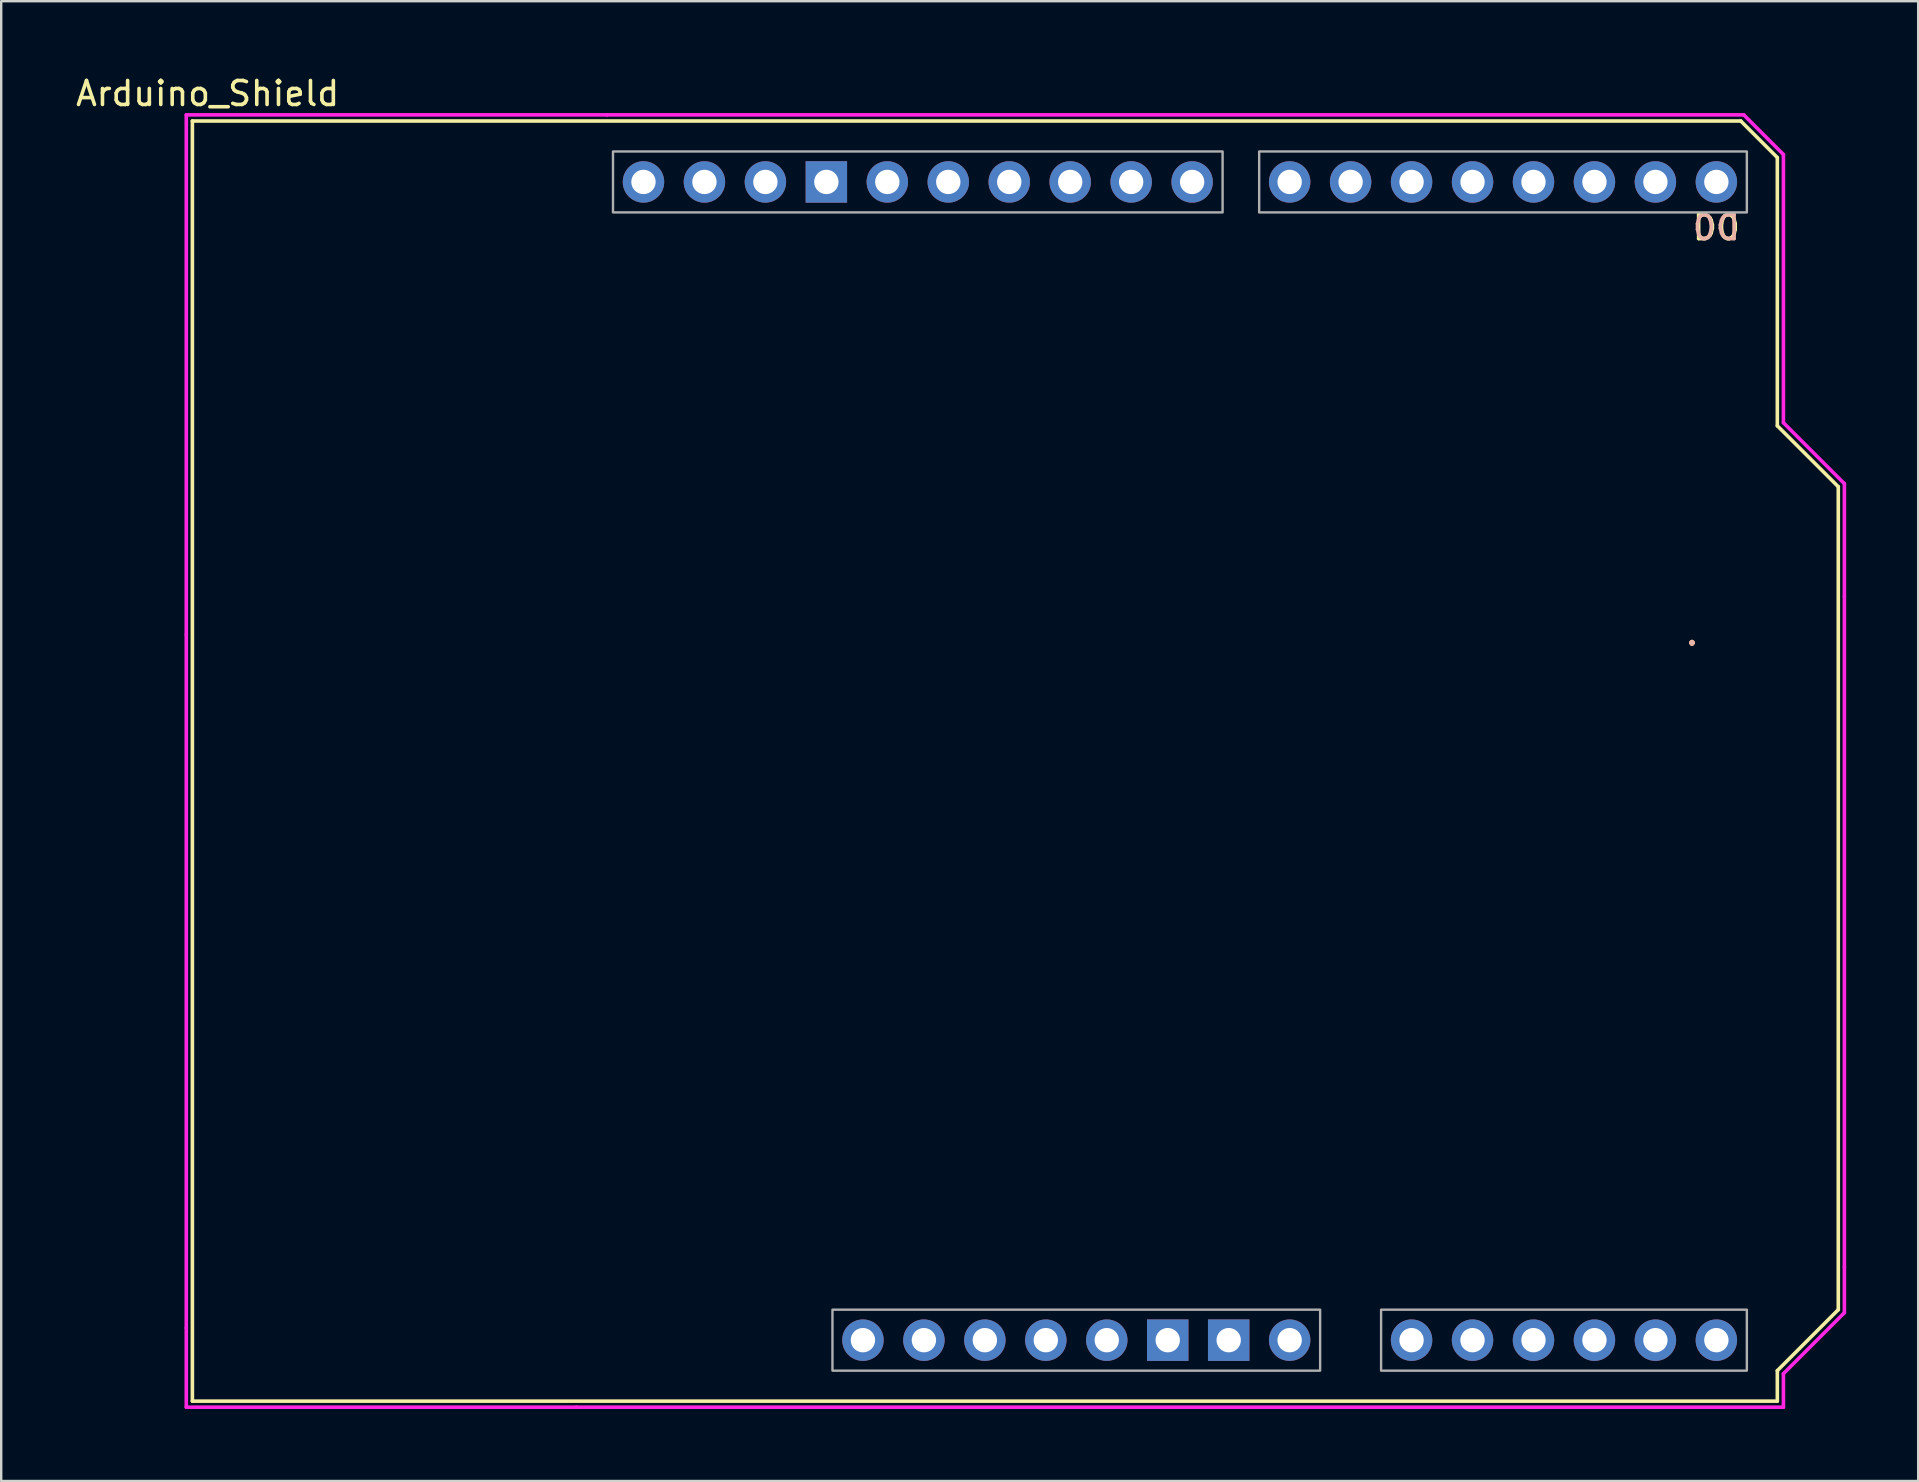
<source format=kicad_pcb>
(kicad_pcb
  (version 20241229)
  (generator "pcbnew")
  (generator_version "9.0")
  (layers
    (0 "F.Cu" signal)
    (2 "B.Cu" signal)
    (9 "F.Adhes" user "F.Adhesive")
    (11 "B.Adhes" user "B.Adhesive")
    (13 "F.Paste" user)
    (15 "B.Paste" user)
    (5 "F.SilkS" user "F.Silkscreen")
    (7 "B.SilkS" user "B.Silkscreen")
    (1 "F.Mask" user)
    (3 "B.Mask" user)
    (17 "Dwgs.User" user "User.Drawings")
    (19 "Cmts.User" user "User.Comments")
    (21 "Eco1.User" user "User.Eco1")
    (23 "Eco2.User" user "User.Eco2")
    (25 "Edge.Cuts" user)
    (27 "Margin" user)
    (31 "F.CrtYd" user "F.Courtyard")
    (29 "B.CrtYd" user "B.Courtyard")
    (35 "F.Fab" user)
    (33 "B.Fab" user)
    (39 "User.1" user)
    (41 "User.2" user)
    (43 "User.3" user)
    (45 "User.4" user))
  (footprint "Arduino_Shield"
    (layer "F.Cu")
    (at 4.966 55.331)
    (property "Reference" "Arduino_Shield" (at 0.635 -54.483 0) (layer "F.SilkS") (effects (font (size 1 1) (thickness 0.15))))
    (attr through_hole)
    (fp_line (start 0 -53.34) (end 0 0) (stroke (width 0.15) (type solid)) (layer "F.SilkS"))
    (fp_line (start 0 -53.34) (end 64.516 -53.34) (stroke (width 0.15) (type solid)) (layer "F.SilkS"))
    (fp_line (start 0 0) (end 66.04 0) (stroke (width 0.15) (type solid)) (layer "F.SilkS"))
    (fp_line (start 64.516 -53.34) (end 66.04 -51.816) (stroke (width 0.15) (type solid)) (layer "F.SilkS"))
    (fp_line (start 66.04 -40.64) (end 66.04 -51.816) (stroke (width 0.15) (type solid)) (layer "F.SilkS"))
    (fp_line (start 66.04 -1.27) (end 68.58 -3.81) (stroke (width 0.15) (type solid)) (layer "F.SilkS"))
    (fp_line (start 66.04 0) (end 66.04 -1.27) (stroke (width 0.15) (type solid)) (layer "F.SilkS"))
    (fp_line (start 68.58 -38.1) (end 66.04 -40.64) (stroke (width 0.15) (type solid)) (layer "F.SilkS"))
    (fp_line (start 68.58 -3.81) (end 68.58 -38.1) (stroke (width 0.15) (type solid)) (layer "F.SilkS"))
    (fp_line (start -0.254 -53.594) (end -0.254 -31.94) (stroke (width 0.15) (type solid)) (layer "F.CrtYd"))
    (fp_line (start -0.254 -31.94) (end -0.254 -3.049) (stroke (width 0.15) (type solid)) (layer "F.CrtYd"))
    (fp_line (start -0.254 -3.049) (end -0.254 0.254) (stroke (width 0.15) (type solid)) (layer "F.CrtYd"))
    (fp_line (start 16.002 0.254) (end -0.254 0.254) (stroke (width 0.15) (type solid)) (layer "F.CrtYd"))
    (fp_line (start 16.002 0.254) (end 66.294 0.254) (stroke (width 0.15) (type solid)) (layer "F.CrtYd"))
    (fp_line (start 17.272 -53.594) (end -0.254 -53.594) (stroke (width 0.15) (type solid)) (layer "F.CrtYd"))
    (fp_line (start 17.272 -53.594) (end 64.643 -53.594) (stroke (width 0.15) (type solid)) (layer "F.CrtYd"))
    (fp_line (start 64.643 -53.594) (end 66.294 -51.943) (stroke (width 0.15) (type solid)) (layer "F.CrtYd"))
    (fp_line (start 66.294 -40.767) (end 66.294 -51.943) (stroke (width 0.15) (type solid)) (layer "F.CrtYd"))
    (fp_line (start 66.294 -1.143) (end 68.834 -3.683) (stroke (width 0.15) (type solid)) (layer "F.CrtYd"))
    (fp_line (start 66.294 0.254) (end 66.294 -1.143) (stroke (width 0.15) (type solid)) (layer "F.CrtYd"))
    (fp_line (start 68.834 -38.227) (end 66.294 -40.767) (stroke (width 0.15) (type solid)) (layer "F.CrtYd"))
    (fp_line (start 68.834 -38.227) (end 68.834 -33.528) (stroke (width 0.15) (type solid)) (layer "F.CrtYd"))
    (fp_line (start 68.834 -5.588) (end 68.834 -33.528) (stroke (width 0.15) (type solid)) (layer "F.CrtYd"))
    (fp_line (start 68.834 -5.588) (end 68.834 -3.683) (stroke (width 0.15) (type solid)) (layer "F.CrtYd"))
    (fp_rect (start 17.526 -52.07) (end 42.926 -49.53) (stroke (width 0.1) (type solid)) (fill no) (layer "F.Fab"))
    (fp_rect (start 26.67 -3.81) (end 46.99 -1.27) (stroke (width 0.1) (type solid)) (fill no) (layer "F.Fab"))
    (fp_rect (start 44.45 -52.07) (end 64.77 -49.53) (stroke (width 0.1) (type solid)) (fill no) (layer "F.Fab"))
    (fp_rect (start 49.53 -3.81) (end 64.77 -1.27) (stroke (width 0.1) (type solid)) (fill no) (layer "F.Fab"))
    (fp_text user "D0" (at 63.5 -48.895 0) (unlocked yes) (layer "F.SilkS") (effects (font (size 1 1) (thickness 0.15))))
    (fp_text user "." (at 62.484 -32.004 0) (layer "F.SilkS") (effects (font (size 1 1) (thickness 0.15))))
    (fp_text user "." (at 62.484 -32.004 0) (layer "B.SilkS") (effects (font (size 1 1) (thickness 0.15))))
    (fp_text user "D0" (at 63.5 -48.895 0) (unlocked yes) (layer "B.SilkS") (effects (font (size 1 1) (thickness 0.15)) (justify mirror)))
    (pad "J1-1" thru_hole oval (at 18.796 -50.8) (size 1.727 1.727) (drill 1.016) (layers "*.Cu" "*.Mask"))
    (pad "J1-2" thru_hole oval (at 21.336 -50.8) (size 1.727 1.727) (drill 1.016) (layers "*.Cu" "*.Mask"))
    (pad "J1-3" thru_hole oval (at 23.876 -50.8) (size 1.727 1.727) (drill 1.016) (layers "*.Cu" "*.Mask"))
    (pad "J1-4" thru_hole rect (at 26.416 -50.8) (size 1.727 1.727) (drill 1.016) (layers "*.Cu" "*.Mask"))
    (pad "J1-5" thru_hole oval (at 28.956 -50.8) (size 1.727 1.727) (drill 1.016) (layers "*.Cu" "*.Mask"))
    (pad "J1-6" thru_hole oval (at 31.496 -50.8) (size 1.727 1.727) (drill 1.016) (layers "*.Cu" "*.Mask"))
    (pad "J1-7" thru_hole oval (at 34.036 -50.8) (size 1.727 1.727) (drill 1.016) (layers "*.Cu" "*.Mask"))
    (pad "J1-8" thru_hole oval (at 36.576 -50.8) (size 1.727 1.727) (drill 1.016) (layers "*.Cu" "*.Mask"))
    (pad "J1-9" thru_hole oval (at 39.116 -50.8) (size 1.727 1.727) (drill 1.016) (layers "*.Cu" "*.Mask"))
    (pad "J1-10" thru_hole oval (at 41.656 -50.8) (size 1.727 1.727) (drill 1.016) (layers "*.Cu" "*.Mask"))
    (pad "J2-1" thru_hole oval (at 45.72 -50.8) (size 1.727 1.727) (drill 1.016) (layers "*.Cu" "*.Mask"))
    (pad "J2-2" thru_hole oval (at 48.26 -50.8) (size 1.727 1.727) (drill 1.016) (layers "*.Cu" "*.Mask"))
    (pad "J2-3" thru_hole oval (at 50.8 -50.8) (size 1.727 1.727) (drill 1.016) (layers "*.Cu" "*.Mask"))
    (pad "J2-4" thru_hole oval (at 53.34 -50.8) (size 1.727 1.727) (drill 1.016) (layers "*.Cu" "*.Mask"))
    (pad "J2-5" thru_hole oval (at 55.88 -50.8) (size 1.727 1.727) (drill 1.016) (layers "*.Cu" "*.Mask"))
    (pad "J2-6" thru_hole oval (at 58.42 -50.8) (size 1.727 1.727) (drill 1.016) (layers "*.Cu" "*.Mask"))
    (pad "J2-7" thru_hole oval (at 60.96 -50.8) (size 1.727 1.727) (drill 1.016) (layers "*.Cu" "*.Mask"))
    (pad "J2-8" thru_hole oval (at 63.5 -50.8) (size 1.727 1.727) (drill 1.016) (layers "*.Cu" "*.Mask"))
    (pad "J3-1" thru_hole oval (at 27.94 -2.54) (size 1.727 1.727) (drill 1.016) (layers "*.Cu" "*.Mask"))
    (pad "J3-2" thru_hole oval (at 30.48 -2.54) (size 1.727 1.727) (drill 1.016) (layers "*.Cu" "*.Mask"))
    (pad "J3-3" thru_hole oval (at 33.02 -2.54) (size 1.727 1.727) (drill 1.016) (layers "*.Cu" "*.Mask"))
    (pad "J3-4" thru_hole oval (at 35.56 -2.54) (size 1.727 1.727) (drill 1.016) (layers "*.Cu" "*.Mask"))
    (pad "J3-5" thru_hole oval (at 38.1 -2.54) (size 1.727 1.727) (drill 1.016) (layers "*.Cu" "*.Mask"))
    (pad "J3-6" thru_hole rect (at 40.64 -2.54) (size 1.727 1.727) (drill 1.016) (layers "*.Cu" "*.Mask"))
    (pad "J3-7" thru_hole rect (at 43.18 -2.54) (size 1.727 1.727) (drill 1.016) (layers "*.Cu" "*.Mask"))
    (pad "J3-8" thru_hole oval (at 45.72 -2.54) (size 1.727 1.727) (drill 1.016) (layers "*.Cu" "*.Mask"))
    (pad "J4-1" thru_hole oval (at 50.8 -2.54) (size 1.727 1.727) (drill 1.016) (layers "*.Cu" "*.Mask"))
    (pad "J4-2" thru_hole oval (at 53.34 -2.54) (size 1.727 1.727) (drill 1.016) (layers "*.Cu" "*.Mask"))
    (pad "J4-3" thru_hole oval (at 55.88 -2.54) (size 1.727 1.727) (drill 1.016) (layers "*.Cu" "*.Mask"))
    (pad "J4-4" thru_hole oval (at 58.42 -2.54) (size 1.727 1.727) (drill 1.016) (layers "*.Cu" "*.Mask"))
    (pad "J4-5" thru_hole oval (at 60.96 -2.54) (size 1.727 1.727) (drill 1.016) (layers "*.Cu" "*.Mask"))
    (pad "J4-6" thru_hole oval (at 63.5 -2.54) (size 1.727 1.727) (drill 1.016) (layers "*.Cu" "*.Mask")))
  (gr_rect
    (start -3 -3)
    (end 76.875 58.66)
    (stroke (width 0.1) (type default))
    (fill no)
    (layer "Edge.Cuts")))
</source>
